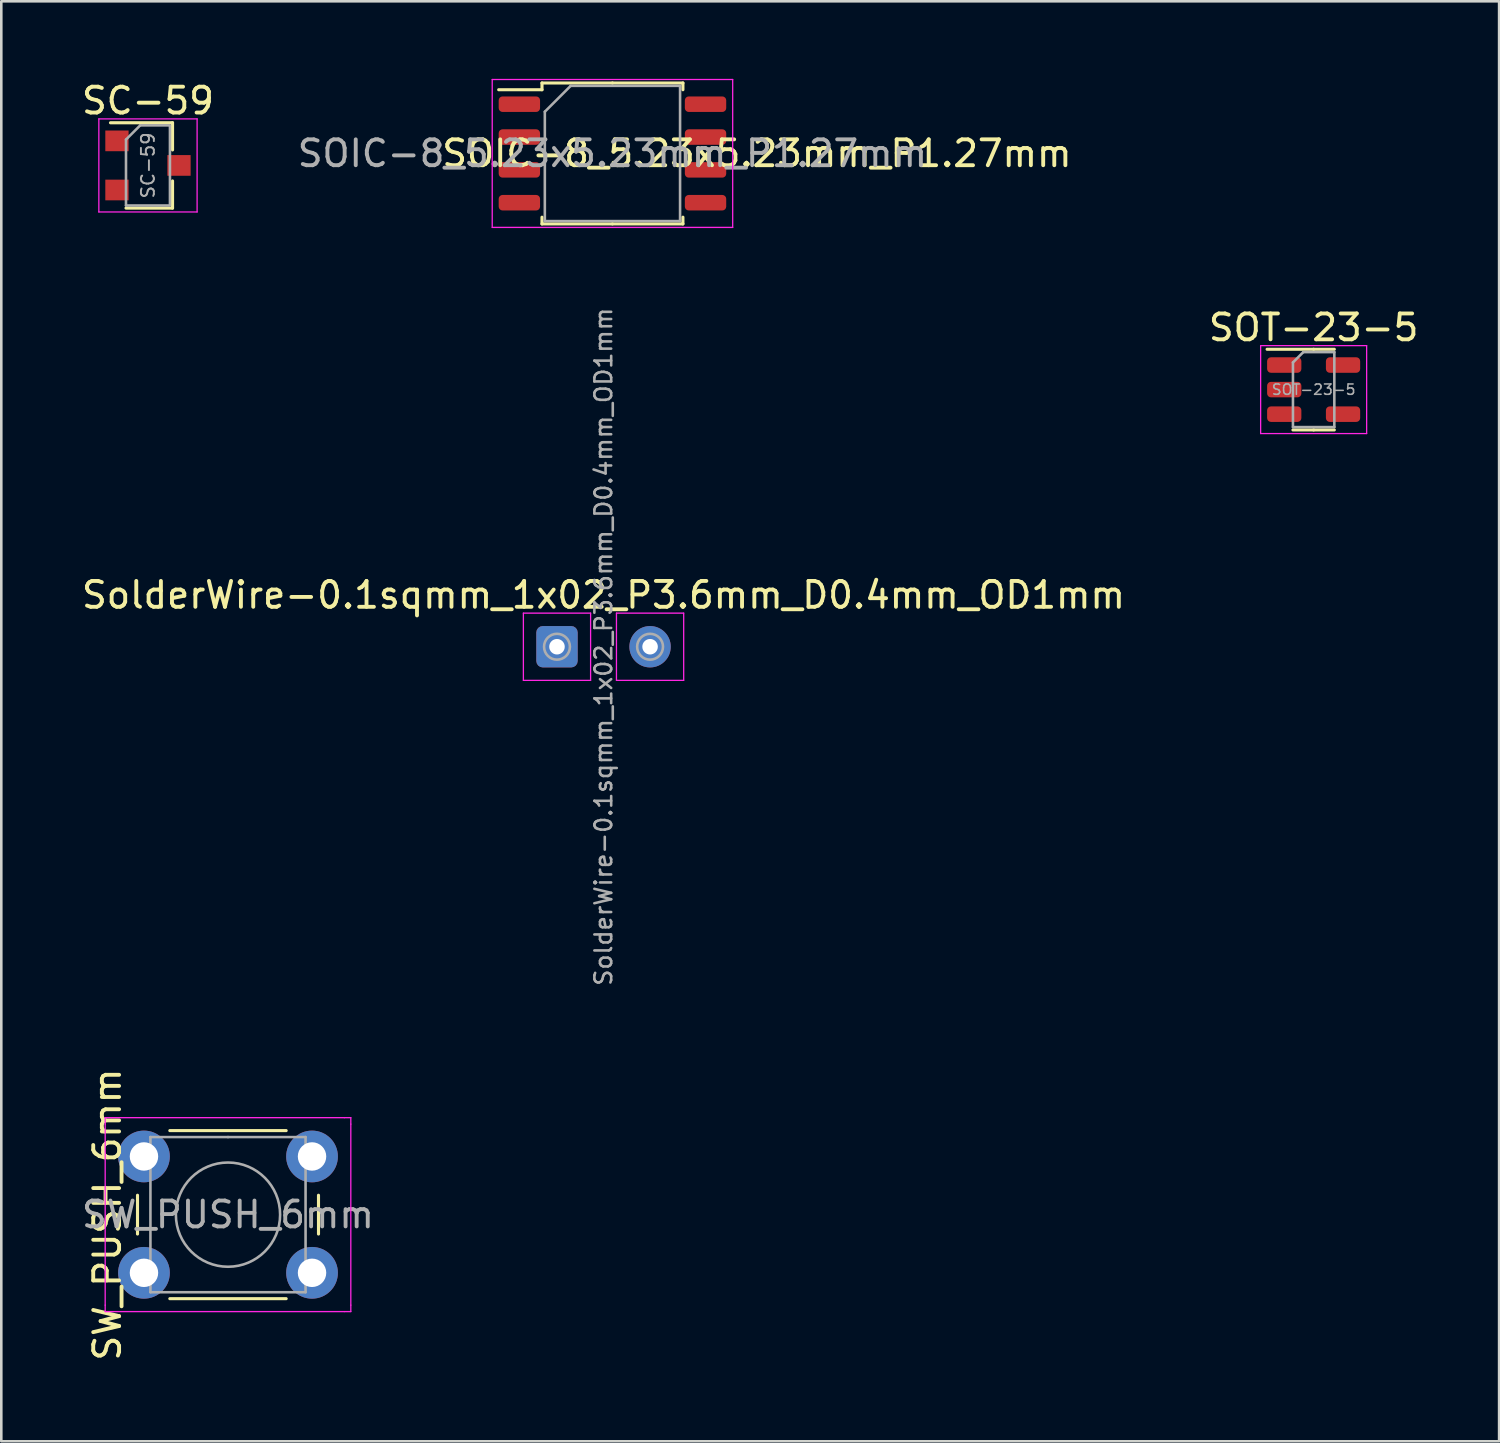
<source format=kicad_pcb>
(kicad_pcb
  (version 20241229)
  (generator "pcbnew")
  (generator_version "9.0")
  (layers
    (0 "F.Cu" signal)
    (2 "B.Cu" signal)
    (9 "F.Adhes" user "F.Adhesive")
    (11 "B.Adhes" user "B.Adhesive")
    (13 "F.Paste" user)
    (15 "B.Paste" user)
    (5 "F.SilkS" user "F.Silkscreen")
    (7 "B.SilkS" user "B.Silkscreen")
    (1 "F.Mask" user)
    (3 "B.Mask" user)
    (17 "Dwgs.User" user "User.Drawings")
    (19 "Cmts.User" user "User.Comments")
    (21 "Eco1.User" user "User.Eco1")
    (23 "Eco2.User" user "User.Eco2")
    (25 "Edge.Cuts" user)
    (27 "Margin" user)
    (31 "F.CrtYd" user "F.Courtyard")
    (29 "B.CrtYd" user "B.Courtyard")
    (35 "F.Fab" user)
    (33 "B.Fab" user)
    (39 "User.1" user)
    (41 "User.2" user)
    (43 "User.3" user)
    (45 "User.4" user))
  (footprint "SW_PUSH_6mm"
    (layer "F.Cu")
    (at 2.518 41.677)
    (property "Reference" "SW_PUSH_6mm" (at -1.417 2.247 270) (layer "F.SilkS") (effects (font (size 1 1) (thickness 0.15))))
    (attr through_hole)
    (fp_line (start -0.25 1.5) (end -0.25 3) (stroke (width 0.12) (type solid)) (layer "F.SilkS"))
    (fp_line (start 1 5.5) (end 5.5 5.5) (stroke (width 0.12) (type solid)) (layer "F.SilkS"))
    (fp_line (start 5.5 -1) (end 1 -1) (stroke (width 0.12) (type solid)) (layer "F.SilkS"))
    (fp_line (start 6.75 3) (end 6.75 1.5) (stroke (width 0.12) (type solid)) (layer "F.SilkS"))
    (fp_line (start -1.5 -1.5) (end -1.25 -1.5) (stroke (width 0.05) (type solid)) (layer "F.CrtYd"))
    (fp_line (start -1.5 -1.25) (end -1.5 -1.5) (stroke (width 0.05) (type solid)) (layer "F.CrtYd"))
    (fp_line (start -1.5 5.75) (end -1.5 -1.25) (stroke (width 0.05) (type solid)) (layer "F.CrtYd"))
    (fp_line (start -1.5 5.75) (end -1.5 6) (stroke (width 0.05) (type solid)) (layer "F.CrtYd"))
    (fp_line (start -1.5 6) (end -1.25 6) (stroke (width 0.05) (type solid)) (layer "F.CrtYd"))
    (fp_line (start -1.25 -1.5) (end 7.75 -1.5) (stroke (width 0.05) (type solid)) (layer "F.CrtYd"))
    (fp_line (start 7.75 -1.5) (end 8 -1.5) (stroke (width 0.05) (type solid)) (layer "F.CrtYd"))
    (fp_line (start 7.75 6) (end -1.25 6) (stroke (width 0.05) (type solid)) (layer "F.CrtYd"))
    (fp_line (start 7.75 6) (end 8 6) (stroke (width 0.05) (type solid)) (layer "F.CrtYd"))
    (fp_line (start 8 -1.5) (end 8 -1.25) (stroke (width 0.05) (type solid)) (layer "F.CrtYd"))
    (fp_line (start 8 -1.25) (end 8 5.75) (stroke (width 0.05) (type solid)) (layer "F.CrtYd"))
    (fp_line (start 8 6) (end 8 5.75) (stroke (width 0.05) (type solid)) (layer "F.CrtYd"))
    (fp_line (start 0.25 -0.75) (end 3.25 -0.75) (stroke (width 0.1) (type solid)) (layer "F.Fab"))
    (fp_line (start 0.25 5.25) (end 0.25 -0.75) (stroke (width 0.1) (type solid)) (layer "F.Fab"))
    (fp_line (start 3.25 -0.75) (end 6.25 -0.75) (stroke (width 0.1) (type solid)) (layer "F.Fab"))
    (fp_line (start 6.25 -0.75) (end 6.25 5.25) (stroke (width 0.1) (type solid)) (layer "F.Fab"))
    (fp_line (start 6.25 5.25) (end 0.25 5.25) (stroke (width 0.1) (type solid)) (layer "F.Fab"))
    (fp_circle (center 3.25 2.25) (end 1.25 2.5) (stroke (width 0.1) (type solid)) (fill no) (layer "F.Fab"))
    (fp_text user "${REFERENCE}" (at 3.25 2.25 180) (layer "F.Fab") (effects (font (size 1 1) (thickness 0.15))))
    (pad "1" thru_hole circle (at 0 0 90) (size 2 2) (drill 1.1) (layers "*.Cu" "*.Mask"))
    (pad "1" thru_hole circle (at 6.5 0 90) (size 2 2) (drill 1.1) (layers "*.Cu" "*.Mask"))
    (pad "2" thru_hole circle (at 0 4.5 90) (size 2 2) (drill 1.1) (layers "*.Cu" "*.Mask"))
    (pad "2" thru_hole circle (at 6.5 4.5 90) (size 2 2) (drill 1.1) (layers "*.Cu" "*.Mask")))
  (footprint "SolderWire-0.1sqmm_1x02_P3.6mm_D0.4mm_OD1mm"
    (layer "F.Cu")
    (at 18.492 21.963)
    (property "Reference" "SolderWire-0.1sqmm_1x02_P3.6mm_D0.4mm_OD1mm" (at 1.8 -2 0) (layer "F.SilkS") (effects (font (size 1 1) (thickness 0.15))))
    (attr exclude_from_pos_files)
    (fp_line (start -1.3 -1.3) (end -1.3 1.3) (stroke (width 0.05) (type solid)) (layer "F.CrtYd"))
    (fp_line (start -1.3 1.3) (end 1.3 1.3) (stroke (width 0.05) (type solid)) (layer "F.CrtYd"))
    (fp_line (start 1.3 -1.3) (end -1.3 -1.3) (stroke (width 0.05) (type solid)) (layer "F.CrtYd"))
    (fp_line (start 1.3 1.3) (end 1.3 -1.3) (stroke (width 0.05) (type solid)) (layer "F.CrtYd"))
    (fp_line (start 2.3 -1.3) (end 2.3 1.3) (stroke (width 0.05) (type solid)) (layer "F.CrtYd"))
    (fp_line (start 2.3 1.3) (end 4.9 1.3) (stroke (width 0.05) (type solid)) (layer "F.CrtYd"))
    (fp_line (start 4.9 -1.3) (end 2.3 -1.3) (stroke (width 0.05) (type solid)) (layer "F.CrtYd"))
    (fp_line (start 4.9 1.3) (end 4.9 -1.3) (stroke (width 0.05) (type solid)) (layer "F.CrtYd"))
    (fp_circle (center 0 0) (end 0.5 0) (stroke (width 0.1) (type solid)) (fill no) (layer "F.Fab"))
    (fp_circle (center 3.6 0) (end 4.1 0) (stroke (width 0.1) (type solid)) (fill no) (layer "F.Fab"))
    (fp_text user "${REFERENCE}" (at 1.8 0 90) (layer "F.Fab") (effects (font (size 0.65 0.65) (thickness 0.1))))
    (pad "1" thru_hole roundrect (at 0 0 180) (size 1.6 1.6) (drill 0.6) (layers "*.Cu" "*.Mask") (roundrect_rratio 0.156))
    (pad "2" thru_hole circle (at 3.6 0 180) (size 1.6 1.6) (drill 0.6) (layers "*.Cu" "*.Mask")))
  (footprint "SC-59"
    (layer "F.Cu")
    (at 2.673 3.348)
    (property "Reference" "SC-59" (at 0 -2.5 0) (layer "F.SilkS") (effects (font (size 1 1) (thickness 0.15))))
    (attr smd)
    (fp_line (start -1.45 -1.65) (end 0.95 -1.65) (stroke (width 0.12) (type solid)) (layer "F.SilkS"))
    (fp_line (start -0.85 1.65) (end 0.95 1.65) (stroke (width 0.12) (type solid)) (layer "F.SilkS"))
    (fp_line (start 0.95 -1.65) (end 0.95 -0.6) (stroke (width 0.12) (type solid)) (layer "F.SilkS"))
    (fp_line (start 0.95 1.65) (end 0.95 0.6) (stroke (width 0.12) (type solid)) (layer "F.SilkS"))
    (fp_line (start -1.9 -1.8) (end -1.9 1.8) (stroke (width 0.05) (type solid)) (layer "F.CrtYd"))
    (fp_line (start -1.9 -1.8) (end 1.9 -1.8) (stroke (width 0.05) (type solid)) (layer "F.CrtYd"))
    (fp_line (start 1.9 1.8) (end -1.9 1.8) (stroke (width 0.05) (type solid)) (layer "F.CrtYd"))
    (fp_line (start 1.9 1.8) (end 1.9 -1.8) (stroke (width 0.05) (type solid)) (layer "F.CrtYd"))
    (fp_line (start -0.85 1.55) (end -0.85 -1) (stroke (width 0.1) (type solid)) (layer "F.Fab"))
    (fp_line (start -0.85 1.55) (end 0.85 1.55) (stroke (width 0.1) (type solid)) (layer "F.Fab"))
    (fp_line (start -0.3 -1.55) (end -0.85 -1) (stroke (width 0.1) (type solid)) (layer "F.Fab"))
    (fp_line (start -0.3 -1.55) (end 0.85 -1.55) (stroke (width 0.1) (type solid)) (layer "F.Fab"))
    (fp_line (start 0.85 -1.52) (end 0.85 1.52) (stroke (width 0.1) (type solid)) (layer "F.Fab"))
    (fp_text user "${REFERENCE}" (at 0 0 90) (layer "F.Fab") (effects (font (size 0.5 0.5) (thickness 0.075))))
    (pad "1" smd rect (at -1.2 -0.95) (size 0.9 0.8) (layers "F.Cu" "F.Mask" "F.Paste"))
    (pad "2" smd rect (at -1.2 0.95) (size 0.9 0.8) (layers "F.Cu" "F.Mask" "F.Paste"))
    (pad "3" smd rect (at 1.2 0) (size 0.9 0.8) (layers "F.Cu" "F.Mask" "F.Paste")))
  (footprint "SOT-23-5"
    (layer "F.Cu")
    (at 47.756 12.018)
    (property "Reference" "SOT-23-5" (at 0 -2.4 0) (layer "F.SilkS") (effects (font (size 1 1) (thickness 0.15))))
    (attr smd)
    (fp_line (start 0 -1.56) (end -1.8 -1.56) (stroke (width 0.12) (type solid)) (layer "F.SilkS"))
    (fp_line (start 0 -1.56) (end 0.8 -1.56) (stroke (width 0.12) (type solid)) (layer "F.SilkS"))
    (fp_line (start 0 1.56) (end -0.8 1.56) (stroke (width 0.12) (type solid)) (layer "F.SilkS"))
    (fp_line (start 0 1.56) (end 0.8 1.56) (stroke (width 0.12) (type solid)) (layer "F.SilkS"))
    (fp_line (start -2.05 -1.7) (end -2.05 1.7) (stroke (width 0.05) (type solid)) (layer "F.CrtYd"))
    (fp_line (start -2.05 1.7) (end 2.05 1.7) (stroke (width 0.05) (type solid)) (layer "F.CrtYd"))
    (fp_line (start 2.05 -1.7) (end -2.05 -1.7) (stroke (width 0.05) (type solid)) (layer "F.CrtYd"))
    (fp_line (start 2.05 1.7) (end 2.05 -1.7) (stroke (width 0.05) (type solid)) (layer "F.CrtYd"))
    (fp_line (start -0.8 -1.05) (end -0.4 -1.45) (stroke (width 0.1) (type solid)) (layer "F.Fab"))
    (fp_line (start -0.8 1.45) (end -0.8 -1.05) (stroke (width 0.1) (type solid)) (layer "F.Fab"))
    (fp_line (start -0.4 -1.45) (end 0.8 -1.45) (stroke (width 0.1) (type solid)) (layer "F.Fab"))
    (fp_line (start 0.8 -1.45) (end 0.8 1.45) (stroke (width 0.1) (type solid)) (layer "F.Fab"))
    (fp_line (start 0.8 1.45) (end -0.8 1.45) (stroke (width 0.1) (type solid)) (layer "F.Fab"))
    (fp_text user "${REFERENCE}" (at 0 0 0) (layer "F.Fab") (effects (font (size 0.4 0.4) (thickness 0.06))))
    (pad "1" smd roundrect (at -1.137 -0.95) (size 1.325 0.6) (layers "F.Cu" "F.Mask" "F.Paste") (roundrect_rratio 0.25))
    (pad "2" smd roundrect (at -1.137 0) (size 1.325 0.6) (layers "F.Cu" "F.Mask" "F.Paste") (roundrect_rratio 0.25))
    (pad "3" smd roundrect (at -1.137 0.95) (size 1.325 0.6) (layers "F.Cu" "F.Mask" "F.Paste") (roundrect_rratio 0.25))
    (pad "4" smd roundrect (at 1.137 0.95) (size 1.325 0.6) (layers "F.Cu" "F.Mask" "F.Paste") (roundrect_rratio 0.25))
    (pad "5" smd roundrect (at 1.137 -0.95) (size 1.325 0.6) (layers "F.Cu" "F.Mask" "F.Paste") (roundrect_rratio 0.25)))
  (footprint "SOIC-8_5.23x5.23mm_P1.27mm"
    (layer "F.Cu")
    (at 20.637 2.885)
    (property "Reference" "SOIC-8_5.23x5.23mm_P1.27mm" (at 5.588 0 0) (layer "F.SilkS") (effects (font (size 1 1) (thickness 0.15))))
    (attr smd)
    (fp_line (start -2.725 -2.725) (end -2.725 -2.465) (stroke (width 0.12) (type solid)) (layer "F.SilkS"))
    (fp_line (start -2.725 -2.465) (end -4.4 -2.465) (stroke (width 0.12) (type solid)) (layer "F.SilkS"))
    (fp_line (start -2.725 2.725) (end -2.725 2.465) (stroke (width 0.12) (type solid)) (layer "F.SilkS"))
    (fp_line (start 0 -2.725) (end -2.725 -2.725) (stroke (width 0.12) (type solid)) (layer "F.SilkS"))
    (fp_line (start 0 -2.725) (end 2.725 -2.725) (stroke (width 0.12) (type solid)) (layer "F.SilkS"))
    (fp_line (start 0 2.725) (end -2.725 2.725) (stroke (width 0.12) (type solid)) (layer "F.SilkS"))
    (fp_line (start 0 2.725) (end 2.725 2.725) (stroke (width 0.12) (type solid)) (layer "F.SilkS"))
    (fp_line (start 2.725 -2.725) (end 2.725 -2.465) (stroke (width 0.12) (type solid)) (layer "F.SilkS"))
    (fp_line (start 2.725 2.725) (end 2.725 2.465) (stroke (width 0.12) (type solid)) (layer "F.SilkS"))
    (fp_line (start -4.65 -2.86) (end -4.65 2.86) (stroke (width 0.05) (type solid)) (layer "F.CrtYd"))
    (fp_line (start -4.65 2.86) (end 4.65 2.86) (stroke (width 0.05) (type solid)) (layer "F.CrtYd"))
    (fp_line (start 4.65 -2.86) (end -4.65 -2.86) (stroke (width 0.05) (type solid)) (layer "F.CrtYd"))
    (fp_line (start 4.65 2.86) (end 4.65 -2.86) (stroke (width 0.05) (type solid)) (layer "F.CrtYd"))
    (fp_line (start -2.615 -1.615) (end -1.615 -2.615) (stroke (width 0.1) (type solid)) (layer "F.Fab"))
    (fp_line (start -2.615 2.615) (end -2.615 -1.615) (stroke (width 0.1) (type solid)) (layer "F.Fab"))
    (fp_line (start -1.615 -2.615) (end 2.615 -2.615) (stroke (width 0.1) (type solid)) (layer "F.Fab"))
    (fp_line (start 2.615 -2.615) (end 2.615 2.615) (stroke (width 0.1) (type solid)) (layer "F.Fab"))
    (fp_line (start 2.615 2.615) (end -2.615 2.615) (stroke (width 0.1) (type solid)) (layer "F.Fab"))
    (fp_text user "${REFERENCE}" (at 0 0 0) (layer "F.Fab") (effects (font (size 1 1) (thickness 0.15))))
    (pad "1" smd roundrect (at -3.6 -1.905) (size 1.6 0.6) (layers "F.Cu" "F.Mask" "F.Paste") (roundrect_rratio 0.25))
    (pad "2" smd roundrect (at -3.6 -0.635) (size 1.6 0.6) (layers "F.Cu" "F.Mask" "F.Paste") (roundrect_rratio 0.25))
    (pad "3" smd roundrect (at -3.6 0.635) (size 1.6 0.6) (layers "F.Cu" "F.Mask" "F.Paste") (roundrect_rratio 0.25))
    (pad "4" smd roundrect (at -3.6 1.905) (size 1.6 0.6) (layers "F.Cu" "F.Mask" "F.Paste") (roundrect_rratio 0.25))
    (pad "5" smd roundrect (at 3.6 1.905) (size 1.6 0.6) (layers "F.Cu" "F.Mask" "F.Paste") (roundrect_rratio 0.25))
    (pad "6" smd roundrect (at 3.6 0.635) (size 1.6 0.6) (layers "F.Cu" "F.Mask" "F.Paste") (roundrect_rratio 0.25))
    (pad "7" smd roundrect (at 3.6 -0.635) (size 1.6 0.6) (layers "F.Cu" "F.Mask" "F.Paste") (roundrect_rratio 0.25))
    (pad "8" smd roundrect (at 3.6 -1.905) (size 1.6 0.6) (layers "F.Cu" "F.Mask" "F.Paste") (roundrect_rratio 0.25)))
  (gr_rect
    (start -3 -3)
    (end 54.929 52.692)
    (stroke (width 0.1) (type default))
    (fill no)
    (layer "Edge.Cuts")))
</source>
